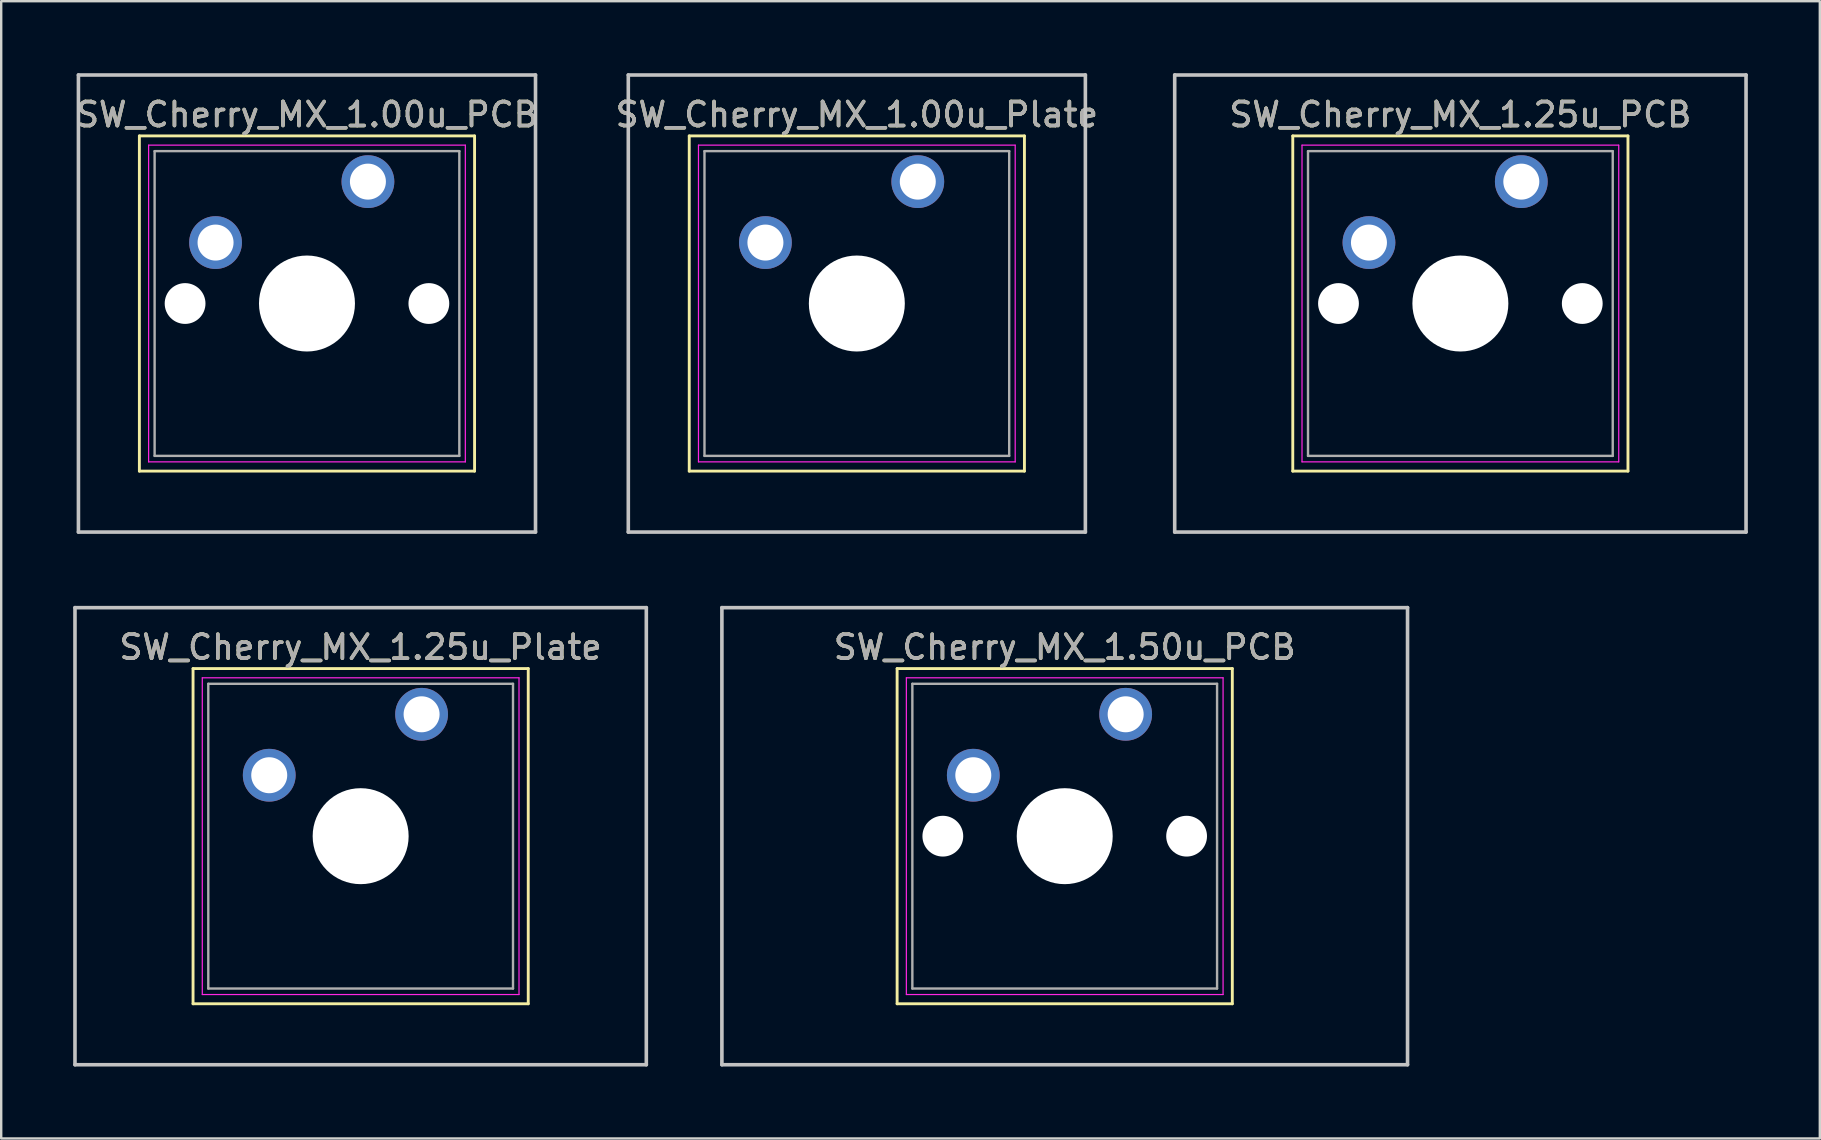
<source format=kicad_pcb>
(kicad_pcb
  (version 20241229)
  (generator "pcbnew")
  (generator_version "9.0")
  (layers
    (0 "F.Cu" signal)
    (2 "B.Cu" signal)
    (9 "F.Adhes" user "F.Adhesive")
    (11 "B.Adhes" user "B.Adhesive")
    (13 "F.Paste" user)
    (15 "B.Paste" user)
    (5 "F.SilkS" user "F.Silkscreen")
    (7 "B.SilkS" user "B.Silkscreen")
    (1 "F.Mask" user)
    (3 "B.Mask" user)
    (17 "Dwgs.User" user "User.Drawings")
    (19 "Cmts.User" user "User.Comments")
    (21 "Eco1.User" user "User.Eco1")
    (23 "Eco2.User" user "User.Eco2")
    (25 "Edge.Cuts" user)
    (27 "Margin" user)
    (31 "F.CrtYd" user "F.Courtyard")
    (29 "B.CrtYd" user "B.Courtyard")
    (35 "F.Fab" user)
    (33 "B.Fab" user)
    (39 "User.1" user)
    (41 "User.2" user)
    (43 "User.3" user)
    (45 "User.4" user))
  (footprint "SW_Cherry_MX_1.00u_PCB"
    (layer "F.Cu")
    (at 12.284 4.52)
    (property "Reference" "SW_Cherry_MX_1.00u_PCB" (at -2.54 -2.794 0) (layer "F.SilkS") (effects (font (size 1 1) (thickness 0.15))))
    (attr through_hole)
    (fp_line (start -9.525 -1.905) (end 4.445 -1.905) (stroke (width 0.12) (type solid)) (layer "F.SilkS"))
    (fp_line (start -9.525 12.065) (end -9.525 -1.905) (stroke (width 0.12) (type solid)) (layer "F.SilkS"))
    (fp_line (start 4.445 -1.905) (end 4.445 12.065) (stroke (width 0.12) (type solid)) (layer "F.SilkS"))
    (fp_line (start 4.445 12.065) (end -9.525 12.065) (stroke (width 0.12) (type solid)) (layer "F.SilkS"))
    (fp_line (start -12.065 -4.445) (end 6.985 -4.445) (stroke (width 0.15) (type solid)) (layer "Dwgs.User"))
    (fp_line (start -12.065 14.605) (end -12.065 -4.445) (stroke (width 0.15) (type solid)) (layer "Dwgs.User"))
    (fp_line (start 6.985 -4.445) (end 6.985 14.605) (stroke (width 0.15) (type solid)) (layer "Dwgs.User"))
    (fp_line (start 6.985 14.605) (end -12.065 14.605) (stroke (width 0.15) (type solid)) (layer "Dwgs.User"))
    (fp_line (start -9.14 -1.52) (end 4.06 -1.52) (stroke (width 0.05) (type solid)) (layer "F.CrtYd"))
    (fp_line (start -9.14 11.68) (end -9.14 -1.52) (stroke (width 0.05) (type solid)) (layer "F.CrtYd"))
    (fp_line (start 4.06 -1.52) (end 4.06 11.68) (stroke (width 0.05) (type solid)) (layer "F.CrtYd"))
    (fp_line (start 4.06 11.68) (end -9.14 11.68) (stroke (width 0.05) (type solid)) (layer "F.CrtYd"))
    (fp_line (start -8.89 -1.27) (end 3.81 -1.27) (stroke (width 0.1) (type solid)) (layer "F.Fab"))
    (fp_line (start -8.89 11.43) (end -8.89 -1.27) (stroke (width 0.1) (type solid)) (layer "F.Fab"))
    (fp_line (start 3.81 -1.27) (end 3.81 11.43) (stroke (width 0.1) (type solid)) (layer "F.Fab"))
    (fp_line (start 3.81 11.43) (end -8.89 11.43) (stroke (width 0.1) (type solid)) (layer "F.Fab"))
    (fp_text user "${REFERENCE}" (at -2.54 -2.794 0) (layer "F.Fab") (effects (font (size 1 1) (thickness 0.15))))
    (pad "" np_thru_hole circle (at -7.62 5.08) (size 1.7 1.7) (drill 1.7) (layers "*.Cu" "*.Mask"))
    (pad "" np_thru_hole circle (at -2.54 5.08) (size 4 4) (drill 4) (layers "*.Cu" "*.Mask"))
    (pad "" np_thru_hole circle (at 2.54 5.08) (size 1.7 1.7) (drill 1.7) (layers "*.Cu" "*.Mask"))
    (pad "1" thru_hole circle (at 0 0) (size 2.2 2.2) (drill 1.5) (layers "*.Cu" "*.Mask"))
    (pad "2" thru_hole circle (at -6.35 2.54) (size 2.2 2.2) (drill 1.5) (layers "*.Cu" "*.Mask")))
  (footprint "SW_Cherry_MX_1.50u_PCB"
    (layer "F.Cu")
    (at 43.865 26.72)
    (property "Reference" "SW_Cherry_MX_1.50u_PCB" (at -2.54 -2.794 0) (layer "F.SilkS") (effects (font (size 1 1) (thickness 0.15))))
    (attr through_hole)
    (fp_line (start -9.525 -1.905) (end 4.445 -1.905) (stroke (width 0.12) (type solid)) (layer "F.SilkS"))
    (fp_line (start -9.525 12.065) (end -9.525 -1.905) (stroke (width 0.12) (type solid)) (layer "F.SilkS"))
    (fp_line (start 4.445 -1.905) (end 4.445 12.065) (stroke (width 0.12) (type solid)) (layer "F.SilkS"))
    (fp_line (start 4.445 12.065) (end -9.525 12.065) (stroke (width 0.12) (type solid)) (layer "F.SilkS"))
    (fp_line (start -16.828 -4.445) (end 11.748 -4.445) (stroke (width 0.15) (type solid)) (layer "Dwgs.User"))
    (fp_line (start -16.828 14.605) (end -16.828 -4.445) (stroke (width 0.15) (type solid)) (layer "Dwgs.User"))
    (fp_line (start 11.748 -4.445) (end 11.748 14.605) (stroke (width 0.15) (type solid)) (layer "Dwgs.User"))
    (fp_line (start 11.748 14.605) (end -16.828 14.605) (stroke (width 0.15) (type solid)) (layer "Dwgs.User"))
    (fp_line (start -9.14 -1.52) (end 4.06 -1.52) (stroke (width 0.05) (type solid)) (layer "F.CrtYd"))
    (fp_line (start -9.14 11.68) (end -9.14 -1.52) (stroke (width 0.05) (type solid)) (layer "F.CrtYd"))
    (fp_line (start 4.06 -1.52) (end 4.06 11.68) (stroke (width 0.05) (type solid)) (layer "F.CrtYd"))
    (fp_line (start 4.06 11.68) (end -9.14 11.68) (stroke (width 0.05) (type solid)) (layer "F.CrtYd"))
    (fp_line (start -8.89 -1.27) (end 3.81 -1.27) (stroke (width 0.1) (type solid)) (layer "F.Fab"))
    (fp_line (start -8.89 11.43) (end -8.89 -1.27) (stroke (width 0.1) (type solid)) (layer "F.Fab"))
    (fp_line (start 3.81 -1.27) (end 3.81 11.43) (stroke (width 0.1) (type solid)) (layer "F.Fab"))
    (fp_line (start 3.81 11.43) (end -8.89 11.43) (stroke (width 0.1) (type solid)) (layer "F.Fab"))
    (fp_text user "${REFERENCE}" (at -2.54 -2.794 0) (layer "F.Fab") (effects (font (size 1 1) (thickness 0.15))))
    (pad "" np_thru_hole circle (at -7.62 5.08) (size 1.7 1.7) (drill 1.7) (layers "*.Cu" "*.Mask"))
    (pad "" np_thru_hole circle (at -2.54 5.08) (size 4 4) (drill 4) (layers "*.Cu" "*.Mask"))
    (pad "" np_thru_hole circle (at 2.54 5.08) (size 1.7 1.7) (drill 1.7) (layers "*.Cu" "*.Mask"))
    (pad "1" thru_hole circle (at 0 0) (size 2.2 2.2) (drill 1.5) (layers "*.Cu" "*.Mask"))
    (pad "2" thru_hole circle (at -6.35 2.54) (size 2.2 2.2) (drill 1.5) (layers "*.Cu" "*.Mask")))
  (footprint "SW_Cherry_MX_1.25u_PCB"
    (layer "F.Cu")
    (at 60.355 4.52)
    (property "Reference" "SW_Cherry_MX_1.25u_PCB" (at -2.54 -2.794 0) (layer "F.SilkS") (effects (font (size 1 1) (thickness 0.15))))
    (attr through_hole)
    (fp_line (start -9.525 -1.905) (end 4.445 -1.905) (stroke (width 0.12) (type solid)) (layer "F.SilkS"))
    (fp_line (start -9.525 12.065) (end -9.525 -1.905) (stroke (width 0.12) (type solid)) (layer "F.SilkS"))
    (fp_line (start 4.445 -1.905) (end 4.445 12.065) (stroke (width 0.12) (type solid)) (layer "F.SilkS"))
    (fp_line (start 4.445 12.065) (end -9.525 12.065) (stroke (width 0.12) (type solid)) (layer "F.SilkS"))
    (fp_line (start -14.446 -4.445) (end 9.366 -4.445) (stroke (width 0.15) (type solid)) (layer "Dwgs.User"))
    (fp_line (start -14.446 14.605) (end -14.446 -4.445) (stroke (width 0.15) (type solid)) (layer "Dwgs.User"))
    (fp_line (start 9.366 -4.445) (end 9.366 14.605) (stroke (width 0.15) (type solid)) (layer "Dwgs.User"))
    (fp_line (start 9.366 14.605) (end -14.446 14.605) (stroke (width 0.15) (type solid)) (layer "Dwgs.User"))
    (fp_line (start -9.14 -1.52) (end 4.06 -1.52) (stroke (width 0.05) (type solid)) (layer "F.CrtYd"))
    (fp_line (start -9.14 11.68) (end -9.14 -1.52) (stroke (width 0.05) (type solid)) (layer "F.CrtYd"))
    (fp_line (start 4.06 -1.52) (end 4.06 11.68) (stroke (width 0.05) (type solid)) (layer "F.CrtYd"))
    (fp_line (start 4.06 11.68) (end -9.14 11.68) (stroke (width 0.05) (type solid)) (layer "F.CrtYd"))
    (fp_line (start -8.89 -1.27) (end 3.81 -1.27) (stroke (width 0.1) (type solid)) (layer "F.Fab"))
    (fp_line (start -8.89 11.43) (end -8.89 -1.27) (stroke (width 0.1) (type solid)) (layer "F.Fab"))
    (fp_line (start 3.81 -1.27) (end 3.81 11.43) (stroke (width 0.1) (type solid)) (layer "F.Fab"))
    (fp_line (start 3.81 11.43) (end -8.89 11.43) (stroke (width 0.1) (type solid)) (layer "F.Fab"))
    (fp_text user "${REFERENCE}" (at -2.54 -2.794 0) (layer "F.Fab") (effects (font (size 1 1) (thickness 0.15))))
    (pad "" np_thru_hole circle (at -7.62 5.08) (size 1.7 1.7) (drill 1.7) (layers "*.Cu" "*.Mask"))
    (pad "" np_thru_hole circle (at -2.54 5.08) (size 4 4) (drill 4) (layers "*.Cu" "*.Mask"))
    (pad "" np_thru_hole circle (at 2.54 5.08) (size 1.7 1.7) (drill 1.7) (layers "*.Cu" "*.Mask"))
    (pad "1" thru_hole circle (at 0 0) (size 2.2 2.2) (drill 1.5) (layers "*.Cu" "*.Mask"))
    (pad "2" thru_hole circle (at -6.35 2.54) (size 2.2 2.2) (drill 1.5) (layers "*.Cu" "*.Mask")))
  (footprint "SW_Cherry_MX_1.25u_Plate"
    (layer "F.Cu")
    (at 14.521 26.72)
    (property "Reference" "SW_Cherry_MX_1.25u_Plate" (at -2.54 -2.794 0) (layer "F.SilkS") (effects (font (size 1 1) (thickness 0.15))))
    (attr through_hole)
    (fp_line (start -9.525 -1.905) (end 4.445 -1.905) (stroke (width 0.12) (type solid)) (layer "F.SilkS"))
    (fp_line (start -9.525 12.065) (end -9.525 -1.905) (stroke (width 0.12) (type solid)) (layer "F.SilkS"))
    (fp_line (start 4.445 -1.905) (end 4.445 12.065) (stroke (width 0.12) (type solid)) (layer "F.SilkS"))
    (fp_line (start 4.445 12.065) (end -9.525 12.065) (stroke (width 0.12) (type solid)) (layer "F.SilkS"))
    (fp_line (start -14.446 -4.445) (end 9.366 -4.445) (stroke (width 0.15) (type solid)) (layer "Dwgs.User"))
    (fp_line (start -14.446 14.605) (end -14.446 -4.445) (stroke (width 0.15) (type solid)) (layer "Dwgs.User"))
    (fp_line (start 9.366 -4.445) (end 9.366 14.605) (stroke (width 0.15) (type solid)) (layer "Dwgs.User"))
    (fp_line (start 9.366 14.605) (end -14.446 14.605) (stroke (width 0.15) (type solid)) (layer "Dwgs.User"))
    (fp_line (start -9.14 -1.52) (end 4.06 -1.52) (stroke (width 0.05) (type solid)) (layer "F.CrtYd"))
    (fp_line (start -9.14 11.68) (end -9.14 -1.52) (stroke (width 0.05) (type solid)) (layer "F.CrtYd"))
    (fp_line (start 4.06 -1.52) (end 4.06 11.68) (stroke (width 0.05) (type solid)) (layer "F.CrtYd"))
    (fp_line (start 4.06 11.68) (end -9.14 11.68) (stroke (width 0.05) (type solid)) (layer "F.CrtYd"))
    (fp_line (start -8.89 -1.27) (end 3.81 -1.27) (stroke (width 0.1) (type solid)) (layer "F.Fab"))
    (fp_line (start -8.89 11.43) (end -8.89 -1.27) (stroke (width 0.1) (type solid)) (layer "F.Fab"))
    (fp_line (start 3.81 -1.27) (end 3.81 11.43) (stroke (width 0.1) (type solid)) (layer "F.Fab"))
    (fp_line (start 3.81 11.43) (end -8.89 11.43) (stroke (width 0.1) (type solid)) (layer "F.Fab"))
    (fp_text user "${REFERENCE}" (at -2.54 -2.794 0) (layer "F.Fab") (effects (font (size 1 1) (thickness 0.15))))
    (pad "" np_thru_hole circle (at -2.54 5.08) (size 4 4) (drill 4) (layers "*.Cu" "*.Mask"))
    (pad "1" thru_hole circle (at 0 0) (size 2.2 2.2) (drill 1.5) (layers "*.Cu" "*.Mask"))
    (pad "2" thru_hole circle (at -6.35 2.54) (size 2.2 2.2) (drill 1.5) (layers "*.Cu" "*.Mask")))
  (footprint "SW_Cherry_MX_1.00u_Plate"
    (layer "F.Cu")
    (at 35.201 4.52)
    (property "Reference" "SW_Cherry_MX_1.00u_Plate" (at -2.54 -2.794 0) (layer "F.SilkS") (effects (font (size 1 1) (thickness 0.15))))
    (attr through_hole)
    (fp_line (start -9.525 -1.905) (end 4.445 -1.905) (stroke (width 0.12) (type solid)) (layer "F.SilkS"))
    (fp_line (start -9.525 12.065) (end -9.525 -1.905) (stroke (width 0.12) (type solid)) (layer "F.SilkS"))
    (fp_line (start 4.445 -1.905) (end 4.445 12.065) (stroke (width 0.12) (type solid)) (layer "F.SilkS"))
    (fp_line (start 4.445 12.065) (end -9.525 12.065) (stroke (width 0.12) (type solid)) (layer "F.SilkS"))
    (fp_line (start -12.065 -4.445) (end 6.985 -4.445) (stroke (width 0.15) (type solid)) (layer "Dwgs.User"))
    (fp_line (start -12.065 14.605) (end -12.065 -4.445) (stroke (width 0.15) (type solid)) (layer "Dwgs.User"))
    (fp_line (start 6.985 -4.445) (end 6.985 14.605) (stroke (width 0.15) (type solid)) (layer "Dwgs.User"))
    (fp_line (start 6.985 14.605) (end -12.065 14.605) (stroke (width 0.15) (type solid)) (layer "Dwgs.User"))
    (fp_line (start -9.14 -1.52) (end 4.06 -1.52) (stroke (width 0.05) (type solid)) (layer "F.CrtYd"))
    (fp_line (start -9.14 11.68) (end -9.14 -1.52) (stroke (width 0.05) (type solid)) (layer "F.CrtYd"))
    (fp_line (start 4.06 -1.52) (end 4.06 11.68) (stroke (width 0.05) (type solid)) (layer "F.CrtYd"))
    (fp_line (start 4.06 11.68) (end -9.14 11.68) (stroke (width 0.05) (type solid)) (layer "F.CrtYd"))
    (fp_line (start -8.89 -1.27) (end 3.81 -1.27) (stroke (width 0.1) (type solid)) (layer "F.Fab"))
    (fp_line (start -8.89 11.43) (end -8.89 -1.27) (stroke (width 0.1) (type solid)) (layer "F.Fab"))
    (fp_line (start 3.81 -1.27) (end 3.81 11.43) (stroke (width 0.1) (type solid)) (layer "F.Fab"))
    (fp_line (start 3.81 11.43) (end -8.89 11.43) (stroke (width 0.1) (type solid)) (layer "F.Fab"))
    (fp_text user "${REFERENCE}" (at -2.54 -2.794 0) (layer "F.Fab") (effects (font (size 1 1) (thickness 0.15))))
    (pad "" np_thru_hole circle (at -2.54 5.08) (size 4 4) (drill 4) (layers "*.Cu" "*.Mask"))
    (pad "1" thru_hole circle (at 0 0) (size 2.2 2.2) (drill 1.5) (layers "*.Cu" "*.Mask"))
    (pad "2" thru_hole circle (at -6.35 2.54) (size 2.2 2.2) (drill 1.5) (layers "*.Cu" "*.Mask")))
  (gr_rect
    (start -3 -3)
    (end 72.796 44.4)
    (stroke (width 0.1) (type default))
    (fill no)
    (layer "Edge.Cuts")))
</source>
